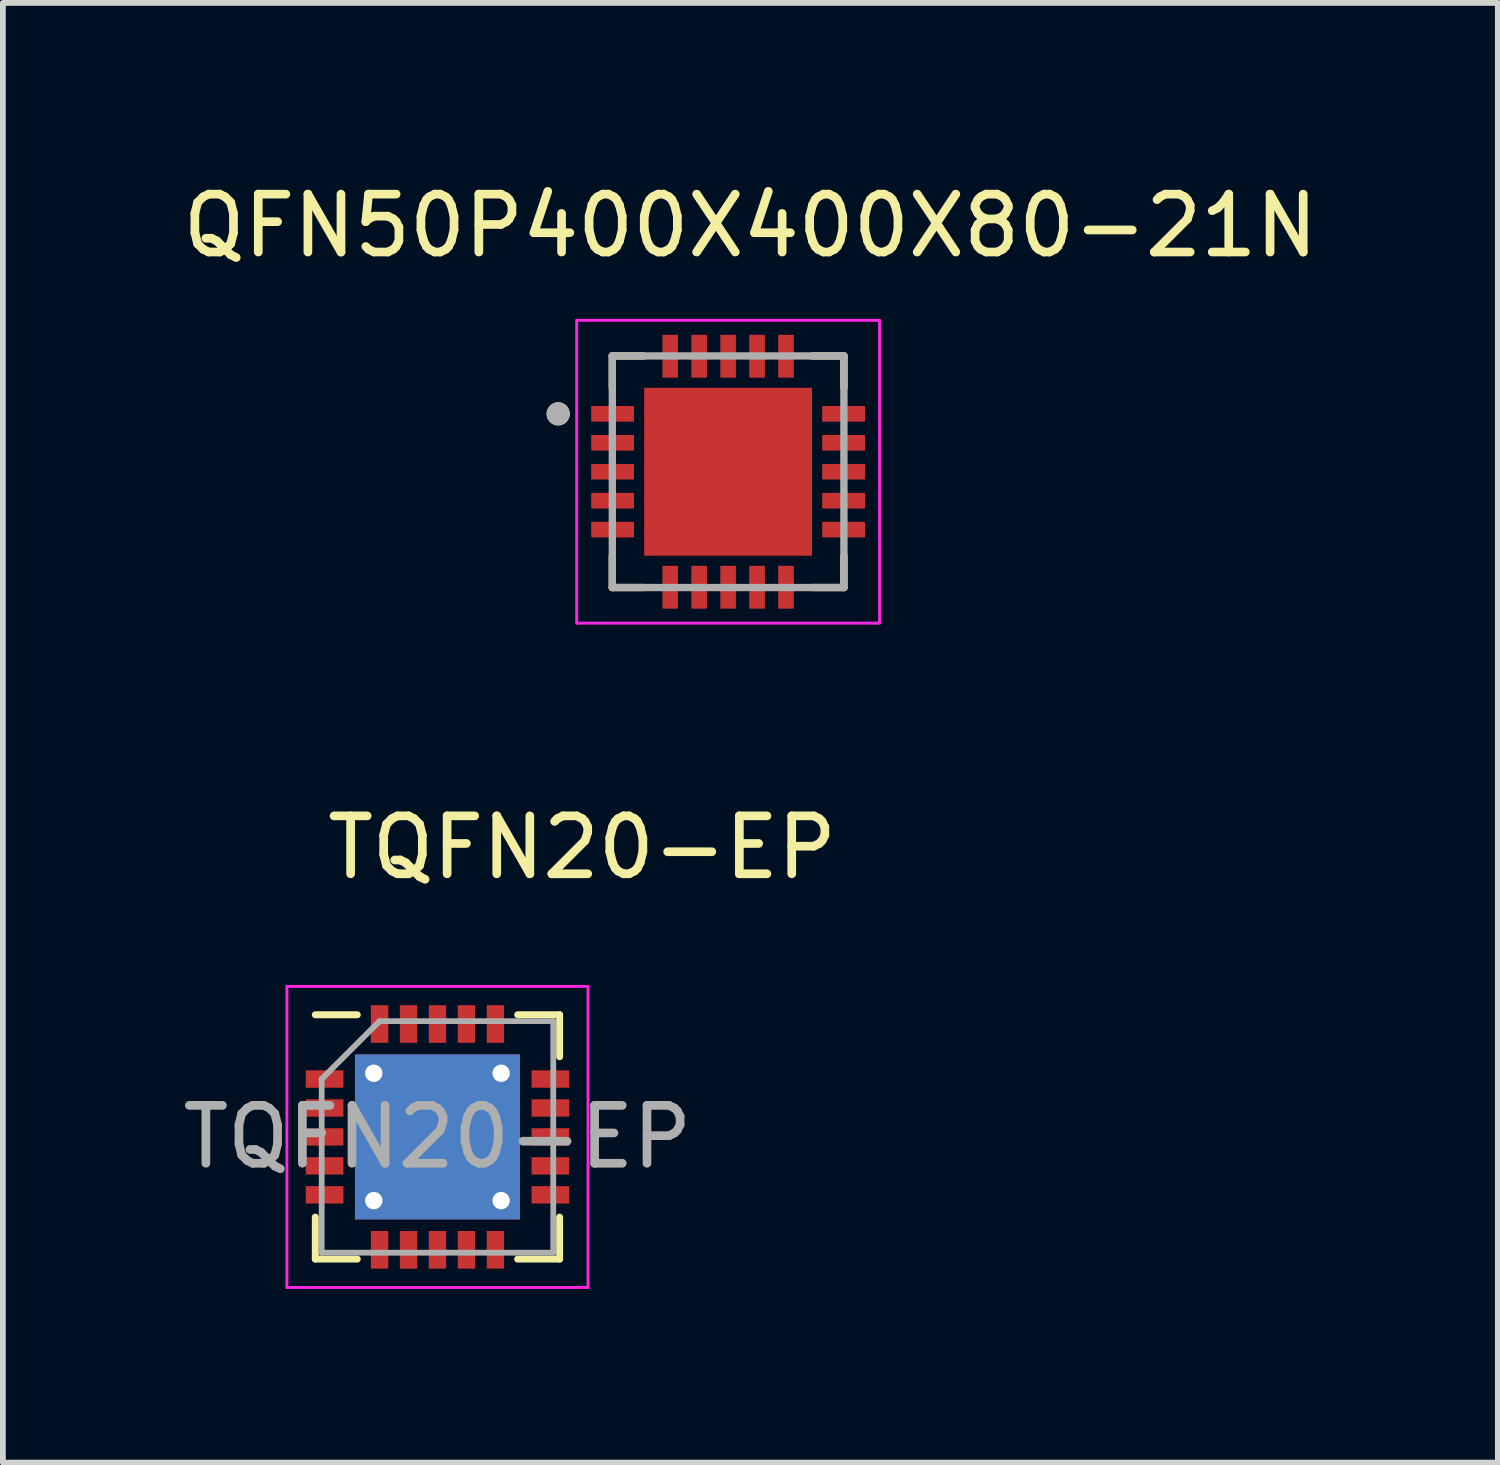
<source format=kicad_pcb>
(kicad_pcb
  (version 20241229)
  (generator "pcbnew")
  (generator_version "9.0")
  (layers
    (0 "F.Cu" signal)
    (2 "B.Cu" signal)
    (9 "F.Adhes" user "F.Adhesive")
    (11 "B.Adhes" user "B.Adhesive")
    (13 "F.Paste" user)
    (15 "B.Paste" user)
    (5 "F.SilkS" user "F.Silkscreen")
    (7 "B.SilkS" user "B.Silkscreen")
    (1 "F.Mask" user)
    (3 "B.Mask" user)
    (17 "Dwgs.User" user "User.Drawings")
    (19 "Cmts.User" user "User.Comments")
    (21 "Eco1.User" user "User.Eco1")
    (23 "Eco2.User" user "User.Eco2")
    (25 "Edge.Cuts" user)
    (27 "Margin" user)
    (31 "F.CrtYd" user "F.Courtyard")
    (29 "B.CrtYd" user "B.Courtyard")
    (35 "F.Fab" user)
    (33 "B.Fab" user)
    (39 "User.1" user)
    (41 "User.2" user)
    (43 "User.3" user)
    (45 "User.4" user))
  (footprint "QFN50P400X400X80-21N"
    (layer "F.Cu")
    (at 9.526 5.098)
    (property "Reference" "QFN50P400X400X80-21N" (at 0.385 -4.25 0) (layer "F.SilkS") (effects (font (size 1 1) (thickness 0.15))))
    (attr through_hole)
    (fp_line (start -2 -2) (end -2 -1.455) (stroke (width 0.127) (type solid)) (layer "F.SilkS"))
    (fp_line (start -2 -2) (end -1.455 -2) (stroke (width 0.127) (type solid)) (layer "F.SilkS"))
    (fp_line (start -2 2) (end -2 1.455) (stroke (width 0.127) (type solid)) (layer "F.SilkS"))
    (fp_line (start -2 2) (end -1.455 2) (stroke (width 0.127) (type solid)) (layer "F.SilkS"))
    (fp_line (start 2 -2) (end 1.455 -2) (stroke (width 0.127) (type solid)) (layer "F.SilkS"))
    (fp_line (start 2 -2) (end 2 -1.455) (stroke (width 0.127) (type solid)) (layer "F.SilkS"))
    (fp_line (start 2 2) (end 1.455 2) (stroke (width 0.127) (type solid)) (layer "F.SilkS"))
    (fp_line (start 2 2) (end 2 1.455) (stroke (width 0.127) (type solid)) (layer "F.SilkS"))
    (fp_circle (center -2.935 -1) (end -2.835 -1) (stroke (width 0.2) (type solid)) (fill no) (layer "F.SilkS"))
    (fp_poly (pts (xy -0.92 -0.92) (xy 0.92 -0.92) (xy 0.92 0.92) (xy -0.92 0.92)) (stroke (width 0.01) (type solid)) (fill yes) (layer "F.Paste"))
    (fp_line (start -2.615 -2.615) (end 2.615 -2.615) (stroke (width 0.05) (type solid)) (layer "F.CrtYd"))
    (fp_line (start -2.615 2.615) (end -2.615 -2.615) (stroke (width 0.05) (type solid)) (layer "F.CrtYd"))
    (fp_line (start -2.615 2.615) (end 2.615 2.615) (stroke (width 0.05) (type solid)) (layer "F.CrtYd"))
    (fp_line (start 2.615 2.615) (end 2.615 -2.615) (stroke (width 0.05) (type solid)) (layer "F.CrtYd"))
    (fp_line (start -2 2) (end -2 -2) (stroke (width 0.127) (type solid)) (layer "F.Fab"))
    (fp_line (start 2 -2) (end -2 -2) (stroke (width 0.127) (type solid)) (layer "F.Fab"))
    (fp_line (start 2 2) (end -2 2) (stroke (width 0.127) (type solid)) (layer "F.Fab"))
    (fp_line (start 2 2) (end 2 -2) (stroke (width 0.127) (type solid)) (layer "F.Fab"))
    (fp_circle (center -2.935 -1) (end -2.835 -1) (stroke (width 0.2) (type solid)) (fill no) (layer "F.Fab"))
    (pad "1" smd roundrect (at -1.995 -1) (size 0.74 0.27) (layers "F.Cu" "F.Mask" "F.Paste") (roundrect_rratio 0.03))
    (pad "2" smd roundrect (at -1.995 -0.5) (size 0.74 0.27) (layers "F.Cu" "F.Mask" "F.Paste") (roundrect_rratio 0.03))
    (pad "3" smd roundrect (at -1.995 0) (size 0.74 0.27) (layers "F.Cu" "F.Mask" "F.Paste") (roundrect_rratio 0.03))
    (pad "4" smd roundrect (at -1.995 0.5) (size 0.74 0.27) (layers "F.Cu" "F.Mask" "F.Paste") (roundrect_rratio 0.03))
    (pad "5" smd roundrect (at -1.995 1) (size 0.74 0.27) (layers "F.Cu" "F.Mask" "F.Paste") (roundrect_rratio 0.03))
    (pad "6" smd roundrect (at -1 1.995 90) (size 0.74 0.27) (layers "F.Cu" "F.Mask" "F.Paste") (roundrect_rratio 0.03))
    (pad "7" smd roundrect (at -0.5 1.995 90) (size 0.74 0.27) (layers "F.Cu" "F.Mask" "F.Paste") (roundrect_rratio 0.03))
    (pad "8" smd roundrect (at 0 1.995 90) (size 0.74 0.27) (layers "F.Cu" "F.Mask" "F.Paste") (roundrect_rratio 0.03))
    (pad "9" smd roundrect (at 0.5 1.995 90) (size 0.74 0.27) (layers "F.Cu" "F.Mask" "F.Paste") (roundrect_rratio 0.03))
    (pad "10" smd roundrect (at 1 1.995 90) (size 0.74 0.27) (layers "F.Cu" "F.Mask" "F.Paste") (roundrect_rratio 0.03))
    (pad "11" smd roundrect (at 1.995 1) (size 0.74 0.27) (layers "F.Cu" "F.Mask" "F.Paste") (roundrect_rratio 0.03))
    (pad "12" smd roundrect (at 1.995 0.5) (size 0.74 0.27) (layers "F.Cu" "F.Mask" "F.Paste") (roundrect_rratio 0.03))
    (pad "13" smd roundrect (at 1.995 0) (size 0.74 0.27) (layers "F.Cu" "F.Mask" "F.Paste") (roundrect_rratio 0.03))
    (pad "14" smd roundrect (at 1.995 -0.5) (size 0.74 0.27) (layers "F.Cu" "F.Mask" "F.Paste") (roundrect_rratio 0.03))
    (pad "15" smd roundrect (at 1.995 -1) (size 0.74 0.27) (layers "F.Cu" "F.Mask" "F.Paste") (roundrect_rratio 0.03))
    (pad "16" smd roundrect (at 1 -1.995 90) (size 0.74 0.27) (layers "F.Cu" "F.Mask" "F.Paste") (roundrect_rratio 0.03))
    (pad "17" smd roundrect (at 0.5 -1.995 90) (size 0.74 0.27) (layers "F.Cu" "F.Mask" "F.Paste") (roundrect_rratio 0.03))
    (pad "18" smd roundrect (at 0 -1.995 90) (size 0.74 0.27) (layers "F.Cu" "F.Mask" "F.Paste") (roundrect_rratio 0.03))
    (pad "19" smd roundrect (at -0.5 -1.995 90) (size 0.74 0.27) (layers "F.Cu" "F.Mask" "F.Paste") (roundrect_rratio 0.03))
    (pad "20" smd roundrect (at -1 -1.995 90) (size 0.74 0.27) (layers "F.Cu" "F.Mask" "F.Paste") (roundrect_rratio 0.03))
    (pad "21" smd rect (at 0 0) (size 2.9 2.9) (layers "F.Cu" "F.Mask")))
  (footprint "TQFN20-EP"
    (layer "F.Cu")
    (at 4.506 16.587)
    (property "Reference" "TQFN20-EP" (at 2.5 -5 0) (unlocked yes) (layer "F.SilkS") (effects (font (size 1 1) (thickness 0.15))))
    (attr smd)
    (fp_line (start -2.11 2.11) (end -2.11 1.385) (stroke (width 0.12) (type solid)) (layer "F.SilkS"))
    (fp_line (start -1.385 -2.11) (end -2.11 -2.11) (stroke (width 0.12) (type solid)) (layer "F.SilkS"))
    (fp_line (start -1.385 2.11) (end -2.11 2.11) (stroke (width 0.12) (type solid)) (layer "F.SilkS"))
    (fp_line (start 1.385 -2.11) (end 2.11 -2.11) (stroke (width 0.12) (type solid)) (layer "F.SilkS"))
    (fp_line (start 1.385 2.11) (end 2.11 2.11) (stroke (width 0.12) (type solid)) (layer "F.SilkS"))
    (fp_line (start 2.11 -2.11) (end 2.11 -1.385) (stroke (width 0.12) (type solid)) (layer "F.SilkS"))
    (fp_line (start 2.11 2.11) (end 2.11 1.385) (stroke (width 0.12) (type solid)) (layer "F.SilkS"))
    (fp_line (start -2.6 -2.6) (end -2.6 2.6) (stroke (width 0.05) (type solid)) (layer "F.CrtYd"))
    (fp_line (start -2.6 2.6) (end 2.6 2.6) (stroke (width 0.05) (type solid)) (layer "F.CrtYd"))
    (fp_line (start 2.6 -2.6) (end -2.6 -2.6) (stroke (width 0.05) (type solid)) (layer "F.CrtYd"))
    (fp_line (start 2.6 2.6) (end 2.6 -2.6) (stroke (width 0.05) (type solid)) (layer "F.CrtYd"))
    (fp_line (start -2 -1) (end -1 -2) (stroke (width 0.1) (type solid)) (layer "F.Fab"))
    (fp_line (start -2 2) (end -2 -1) (stroke (width 0.1) (type solid)) (layer "F.Fab"))
    (fp_line (start -1 -2) (end 2 -2) (stroke (width 0.1) (type solid)) (layer "F.Fab"))
    (fp_line (start 2 -2) (end 2 2) (stroke (width 0.1) (type solid)) (layer "F.Fab"))
    (fp_line (start 2 2) (end -2 2) (stroke (width 0.1) (type solid)) (layer "F.Fab"))
    (fp_text user "${REFERENCE}" (at 0 0 0) (layer "F.Fab") (effects (font (size 1 1) (thickness 0.15))))
    (pad "" smd roundrect (at -0.7 -0.7) (size 1.17 1.17) (layers "F.Paste") (roundrect_rratio 0.214))
    (pad "" smd roundrect (at -0.7 0.7) (size 1.17 1.17) (layers "F.Paste") (roundrect_rratio 0.214))
    (pad "" smd roundrect (at 0.7 -0.7) (size 1.17 1.17) (layers "F.Paste") (roundrect_rratio 0.214))
    (pad "" smd roundrect (at 0.7 0.7) (size 1.17 1.17) (layers "F.Paste") (roundrect_rratio 0.214))
    (pad "1" smd rect (at -1.95 -1) (size 0.65 0.3) (layers "F.Cu" "F.Mask" "F.Paste"))
    (pad "2" smd rect (at -1.95 -0.5) (size 0.65 0.3) (layers "F.Cu" "F.Mask" "F.Paste"))
    (pad "3" smd rect (at -1.95 0) (size 0.65 0.3) (layers "F.Cu" "F.Mask" "F.Paste"))
    (pad "4" smd rect (at -1.95 0.5) (size 0.65 0.3) (layers "F.Cu" "F.Mask" "F.Paste"))
    (pad "5" smd rect (at -1.95 1) (size 0.65 0.3) (layers "F.Cu" "F.Mask" "F.Paste"))
    (pad "6" smd rect (at -1 1.95 90) (size 0.65 0.3) (layers "F.Cu" "F.Mask" "F.Paste"))
    (pad "7" smd rect (at -0.5 1.95 90) (size 0.65 0.3) (layers "F.Cu" "F.Mask" "F.Paste"))
    (pad "8" smd rect (at 0 1.95 90) (size 0.65 0.3) (layers "F.Cu" "F.Mask" "F.Paste"))
    (pad "9" smd rect (at 0.5 1.95 90) (size 0.65 0.3) (layers "F.Cu" "F.Mask" "F.Paste"))
    (pad "10" smd rect (at 1 1.95 90) (size 0.65 0.3) (layers "F.Cu" "F.Mask" "F.Paste"))
    (pad "11" smd rect (at 1.95 1 180) (size 0.65 0.3) (layers "F.Cu" "F.Mask" "F.Paste"))
    (pad "12" smd rect (at 1.95 0.5 180) (size 0.65 0.3) (layers "F.Cu" "F.Mask" "F.Paste"))
    (pad "13" smd rect (at 1.95 0 180) (size 0.65 0.3) (layers "F.Cu" "F.Mask" "F.Paste"))
    (pad "14" smd rect (at 1.95 -0.5 180) (size 0.65 0.3) (layers "F.Cu" "F.Mask" "F.Paste"))
    (pad "15" smd rect (at 1.95 -1 180) (size 0.65 0.3) (layers "F.Cu" "F.Mask" "F.Paste"))
    (pad "16" smd rect (at 1 -1.95 270) (size 0.65 0.3) (layers "F.Cu" "F.Mask" "F.Paste"))
    (pad "17" smd rect (at 0.5 -1.95 270) (size 0.65 0.3) (layers "F.Cu" "F.Mask" "F.Paste"))
    (pad "18" smd rect (at 0 -1.95 270) (size 0.65 0.3) (layers "F.Cu" "F.Mask" "F.Paste"))
    (pad "19" smd rect (at -0.5 -1.95 270) (size 0.65 0.3) (layers "F.Cu" "F.Mask" "F.Paste"))
    (pad "20" smd rect (at -1 -1.95 270) (size 0.65 0.3) (layers "F.Cu" "F.Mask" "F.Paste"))
    (pad "21" thru_hole circle (at -1.1 -1.1) (size 0.6 0.6) (drill 0.3) (layers "*.Cu"))
    (pad "21" thru_hole circle (at -1.1 1.1) (size 0.6 0.6) (drill 0.3) (layers "*.Cu"))
    (pad "21" smd rect (at 0 0 270) (size 2.85 2.85) (layers "F.Cu" "F.Mask"))
    (pad "21" smd rect (at 0 0 270) (size 2.85 2.85) (layers "B.Cu"))
    (pad "21" thru_hole circle (at 1.1 -1.1) (size 0.6 0.6) (drill 0.3) (layers "*.Cu"))
    (pad "21" thru_hole circle (at 1.1 1.1) (size 0.6 0.6) (drill 0.3) (layers "*.Cu")))
  (gr_rect
    (start -3 -3)
    (end 22.821 22.212)
    (stroke (width 0.1) (type default))
    (fill no)
    (layer "Edge.Cuts")))
</source>
